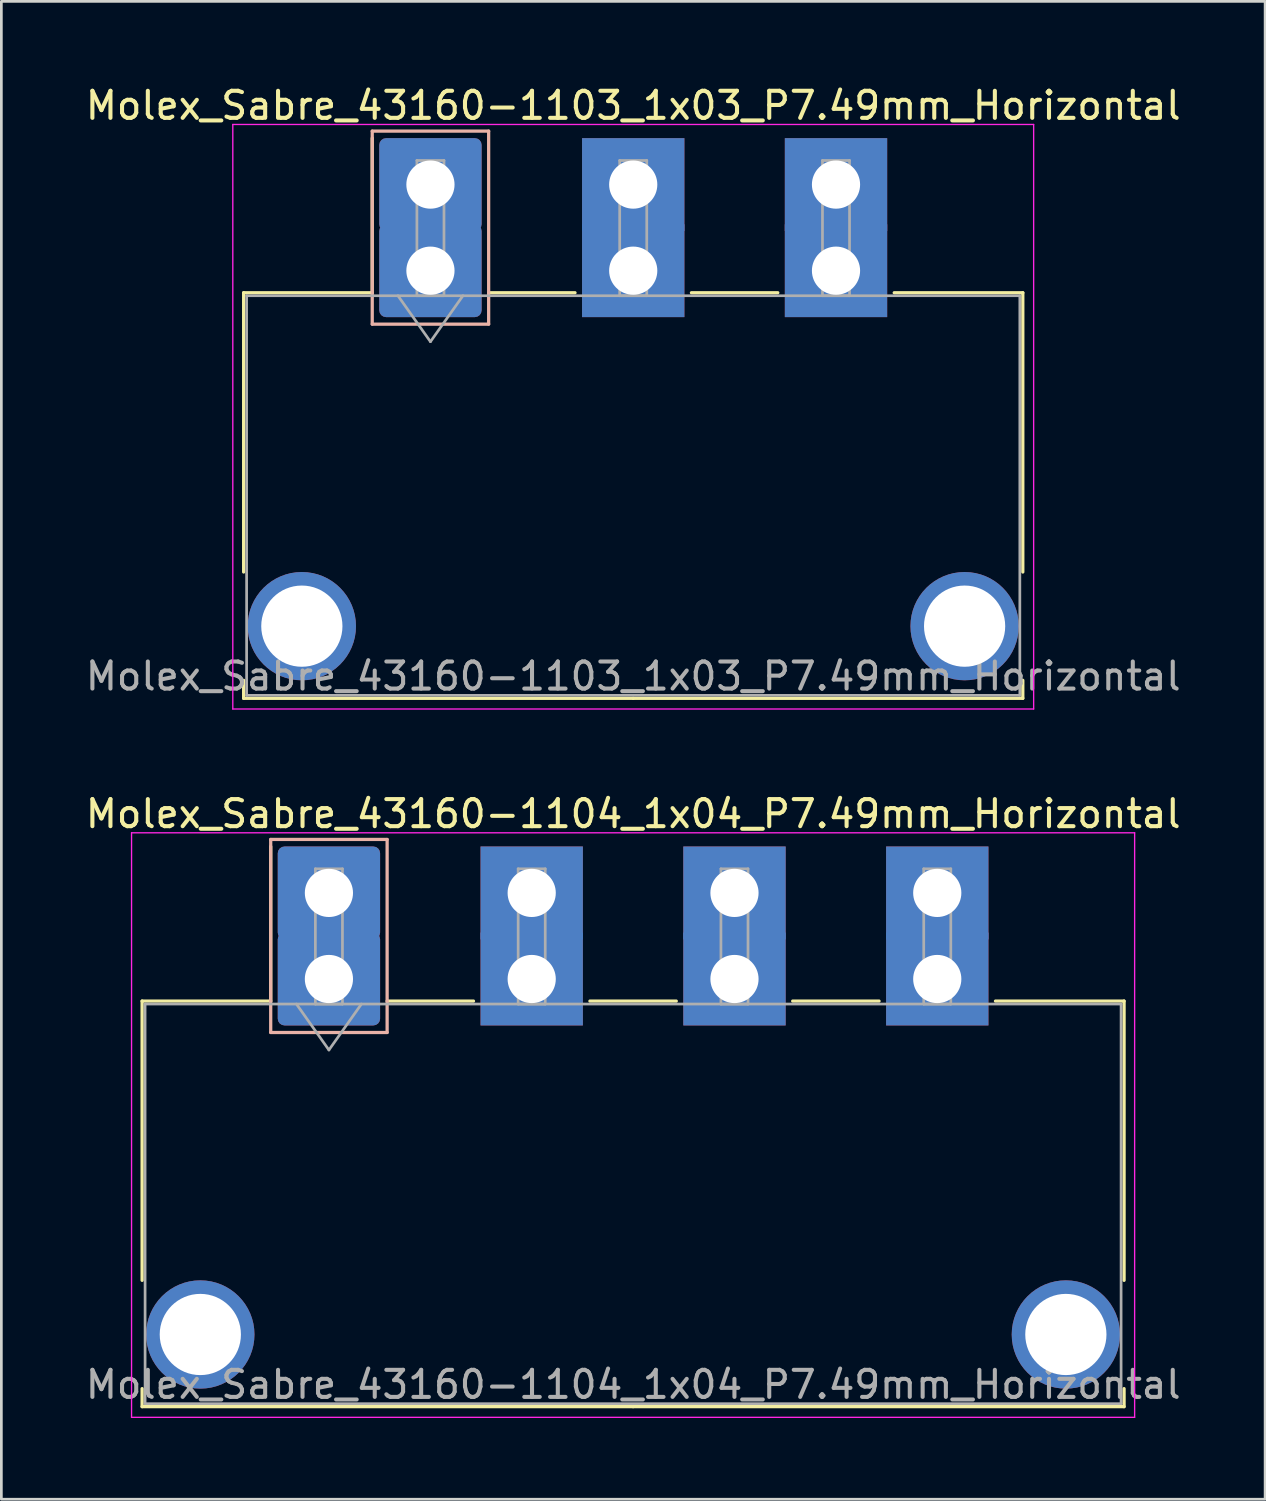
<source format=kicad_pcb>
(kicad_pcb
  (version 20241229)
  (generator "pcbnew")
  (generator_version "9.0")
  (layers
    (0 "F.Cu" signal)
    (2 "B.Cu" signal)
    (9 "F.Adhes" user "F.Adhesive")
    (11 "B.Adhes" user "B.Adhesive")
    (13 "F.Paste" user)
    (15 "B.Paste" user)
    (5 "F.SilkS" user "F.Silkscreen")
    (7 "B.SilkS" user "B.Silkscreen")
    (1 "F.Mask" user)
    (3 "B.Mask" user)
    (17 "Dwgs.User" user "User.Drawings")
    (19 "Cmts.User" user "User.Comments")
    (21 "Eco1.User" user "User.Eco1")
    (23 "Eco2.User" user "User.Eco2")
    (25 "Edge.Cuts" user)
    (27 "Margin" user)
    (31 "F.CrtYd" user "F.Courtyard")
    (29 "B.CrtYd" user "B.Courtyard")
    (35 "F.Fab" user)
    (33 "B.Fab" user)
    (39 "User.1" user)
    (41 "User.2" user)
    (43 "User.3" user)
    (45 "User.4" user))
  (footprint "Molex_Sabre_43160-1103_1x03_P7.49mm_Horizontal"
    (layer "F.Cu")
    (at 12.849 6.948)
    (property "Reference" "Molex_Sabre_43160-1103_1x03_P7.49mm_Horizontal" (at 7.49 -6.1 0) (layer "F.SilkS") (effects (font (size 1 1) (thickness 0.15))))
    (attr through_hole)
    (fp_line (start -6.9 0.815) (end -6.9 11.13) (stroke (width 0.12) (type solid)) (layer "F.SilkS"))
    (fp_line (start -6.9 15.13) (end -6.9 15.795) (stroke (width 0.12) (type solid)) (layer "F.SilkS"))
    (fp_line (start -6.9 15.795) (end 7.49 15.795) (stroke (width 0.12) (type solid)) (layer "F.SilkS"))
    (fp_line (start -2.15 0.815) (end -6.9 0.815) (stroke (width 0.12) (type solid)) (layer "F.SilkS"))
    (fp_line (start -2.15 0.815) (end -2.15 -4.895) (stroke (width 0.12) (type solid)) (layer "F.SilkS"))
    (fp_line (start 2.15 0.815) (end 5.34 0.815) (stroke (width 0.12) (type solid)) (layer "F.SilkS"))
    (fp_line (start 9.64 0.815) (end 12.83 0.815) (stroke (width 0.12) (type solid)) (layer "F.SilkS"))
    (fp_line (start 17.13 0.815) (end 21.88 0.815) (stroke (width 0.12) (type solid)) (layer "F.SilkS"))
    (fp_line (start 21.88 0.815) (end 21.88 11.13) (stroke (width 0.12) (type solid)) (layer "F.SilkS"))
    (fp_line (start 21.88 15.13) (end 21.88 15.795) (stroke (width 0.12) (type solid)) (layer "F.SilkS"))
    (fp_line (start 21.88 15.795) (end 7.49 15.795) (stroke (width 0.12) (type solid)) (layer "F.SilkS"))
    (fp_line (start -2.15 -5.155) (end -2.15 1.975) (stroke (width 0.12) (type solid)) (layer "B.SilkS"))
    (fp_line (start -2.15 1.975) (end 2.15 1.975) (stroke (width 0.12) (type solid)) (layer "B.SilkS"))
    (fp_line (start 2.15 -5.155) (end -2.15 -5.155) (stroke (width 0.12) (type solid)) (layer "B.SilkS"))
    (fp_line (start 2.15 1.975) (end 2.15 -5.155) (stroke (width 0.12) (type solid)) (layer "B.SilkS"))
    (fp_line (start -7.3 -5.4) (end -7.3 16.19) (stroke (width 0.05) (type solid)) (layer "F.CrtYd"))
    (fp_line (start -7.3 16.19) (end 22.28 16.19) (stroke (width 0.05) (type solid)) (layer "F.CrtYd"))
    (fp_line (start 22.28 -5.4) (end -7.3 -5.4) (stroke (width 0.05) (type solid)) (layer "F.CrtYd"))
    (fp_line (start 22.28 16.19) (end 22.28 -5.4) (stroke (width 0.05) (type solid)) (layer "F.CrtYd"))
    (fp_line (start -6.79 0.925) (end -6.79 15.685) (stroke (width 0.1) (type solid)) (layer "F.Fab"))
    (fp_line (start -6.79 15.685) (end 21.77 15.685) (stroke (width 0.1) (type solid)) (layer "F.Fab"))
    (fp_line (start -1.2 0.925) (end 0 2.622) (stroke (width 0.1) (type solid)) (layer "F.Fab"))
    (fp_line (start -0.5 -4.07) (end 0.5 -4.07) (stroke (width 0.1) (type solid)) (layer "F.Fab"))
    (fp_line (start -0.5 0.925) (end -0.5 -4.07) (stroke (width 0.1) (type solid)) (layer "F.Fab"))
    (fp_line (start 0 2.622) (end 1.2 0.925) (stroke (width 0.1) (type solid)) (layer "F.Fab"))
    (fp_line (start 0.5 -4.07) (end 0.5 0.925) (stroke (width 0.1) (type solid)) (layer "F.Fab"))
    (fp_line (start 0.5 0.925) (end -0.5 0.925) (stroke (width 0.1) (type solid)) (layer "F.Fab"))
    (fp_line (start 6.99 -4.07) (end 7.99 -4.07) (stroke (width 0.1) (type solid)) (layer "F.Fab"))
    (fp_line (start 6.99 0.925) (end 6.99 -4.07) (stroke (width 0.1) (type solid)) (layer "F.Fab"))
    (fp_line (start 7.99 -4.07) (end 7.99 0.925) (stroke (width 0.1) (type solid)) (layer "F.Fab"))
    (fp_line (start 7.99 0.925) (end 6.99 0.925) (stroke (width 0.1) (type solid)) (layer "F.Fab"))
    (fp_line (start 14.48 -4.07) (end 15.48 -4.07) (stroke (width 0.1) (type solid)) (layer "F.Fab"))
    (fp_line (start 14.48 0.925) (end 14.48 -4.07) (stroke (width 0.1) (type solid)) (layer "F.Fab"))
    (fp_line (start 15.48 -4.07) (end 15.48 0.925) (stroke (width 0.1) (type solid)) (layer "F.Fab"))
    (fp_line (start 15.48 0.925) (end 14.48 0.925) (stroke (width 0.1) (type solid)) (layer "F.Fab"))
    (fp_line (start 21.77 0.925) (end -6.79 0.925) (stroke (width 0.1) (type solid)) (layer "F.Fab"))
    (fp_line (start 21.77 15.685) (end 21.77 0.925) (stroke (width 0.1) (type solid)) (layer "F.Fab"))
    (fp_text user "${REFERENCE}" (at 7.49 14.98 0) (layer "F.Fab") (effects (font (size 1 1) (thickness 0.15))))
    (pad "" thru_hole circle (at -4.75 13.13) (size 4 4) (drill 3) (layers "*.Cu" "*.Mask"))
    (pad "" thru_hole circle (at 19.73 13.13) (size 4 4) (drill 3) (layers "*.Cu" "*.Mask"))
    (pad "1" thru_hole roundrect (at 0 -3.18) (size 3.78 3.43) (drill 1.78) (layers "*.Cu" "*.Mask") (roundrect_rratio 0.073))
    (pad "1" thru_hole roundrect (at 0 0) (size 3.78 3.43) (drill 1.78) (layers "*.Cu" "*.Mask") (roundrect_rratio 0.073))
    (pad "2" thru_hole rect (at 7.49 -3.18) (size 3.78 3.43) (drill 1.78) (layers "*.Cu" "*.Mask"))
    (pad "2" thru_hole rect (at 7.49 0) (size 3.78 3.43) (drill 1.78) (layers "*.Cu" "*.Mask"))
    (pad "3" thru_hole rect (at 14.98 -3.18) (size 3.78 3.43) (drill 1.78) (layers "*.Cu" "*.Mask"))
    (pad "3" thru_hole rect (at 14.98 0) (size 3.78 3.43) (drill 1.78) (layers "*.Cu" "*.Mask")))
  (footprint "Molex_Sabre_43160-1104_1x04_P7.49mm_Horizontal"
    (layer "F.Cu")
    (at 9.099 33.111)
    (property "Reference" "Molex_Sabre_43160-1104_1x04_P7.49mm_Horizontal" (at 11.24 -6.1 0) (layer "F.SilkS") (effects (font (size 1 1) (thickness 0.15))))
    (attr through_hole)
    (fp_line (start -6.9 0.815) (end -6.9 11.13) (stroke (width 0.12) (type solid)) (layer "F.SilkS"))
    (fp_line (start -6.9 15.13) (end -6.9 15.795) (stroke (width 0.12) (type solid)) (layer "F.SilkS"))
    (fp_line (start -6.9 15.795) (end 11.235 15.795) (stroke (width 0.12) (type solid)) (layer "F.SilkS"))
    (fp_line (start -2.15 0.815) (end -6.9 0.815) (stroke (width 0.12) (type solid)) (layer "F.SilkS"))
    (fp_line (start -2.15 0.815) (end -2.15 -4.895) (stroke (width 0.12) (type solid)) (layer "F.SilkS"))
    (fp_line (start 2.15 0.815) (end 5.34 0.815) (stroke (width 0.12) (type solid)) (layer "F.SilkS"))
    (fp_line (start 9.64 0.815) (end 12.83 0.815) (stroke (width 0.12) (type solid)) (layer "F.SilkS"))
    (fp_line (start 17.13 0.815) (end 20.32 0.815) (stroke (width 0.12) (type solid)) (layer "F.SilkS"))
    (fp_line (start 24.62 0.815) (end 29.37 0.815) (stroke (width 0.12) (type solid)) (layer "F.SilkS"))
    (fp_line (start 29.37 0.815) (end 29.37 11.13) (stroke (width 0.12) (type solid)) (layer "F.SilkS"))
    (fp_line (start 29.37 15.13) (end 29.37 15.795) (stroke (width 0.12) (type solid)) (layer "F.SilkS"))
    (fp_line (start 29.37 15.795) (end 11.235 15.795) (stroke (width 0.12) (type solid)) (layer "F.SilkS"))
    (fp_line (start -2.15 -5.155) (end -2.15 1.975) (stroke (width 0.12) (type solid)) (layer "B.SilkS"))
    (fp_line (start -2.15 1.975) (end 2.15 1.975) (stroke (width 0.12) (type solid)) (layer "B.SilkS"))
    (fp_line (start 2.15 -5.155) (end -2.15 -5.155) (stroke (width 0.12) (type solid)) (layer "B.SilkS"))
    (fp_line (start 2.15 1.975) (end 2.15 -5.155) (stroke (width 0.12) (type solid)) (layer "B.SilkS"))
    (fp_line (start -7.29 -5.4) (end -7.29 16.19) (stroke (width 0.05) (type solid)) (layer "F.CrtYd"))
    (fp_line (start -7.29 16.19) (end 29.76 16.19) (stroke (width 0.05) (type solid)) (layer "F.CrtYd"))
    (fp_line (start 29.76 -5.4) (end -7.29 -5.4) (stroke (width 0.05) (type solid)) (layer "F.CrtYd"))
    (fp_line (start 29.76 16.19) (end 29.76 -5.4) (stroke (width 0.05) (type solid)) (layer "F.CrtYd"))
    (fp_line (start -6.79 0.925) (end -6.79 15.685) (stroke (width 0.1) (type solid)) (layer "F.Fab"))
    (fp_line (start -6.79 15.685) (end 29.26 15.685) (stroke (width 0.1) (type solid)) (layer "F.Fab"))
    (fp_line (start -1.2 0.925) (end 0 2.622) (stroke (width 0.1) (type solid)) (layer "F.Fab"))
    (fp_line (start -0.5 -4.07) (end 0.5 -4.07) (stroke (width 0.1) (type solid)) (layer "F.Fab"))
    (fp_line (start -0.5 0.925) (end -0.5 -4.07) (stroke (width 0.1) (type solid)) (layer "F.Fab"))
    (fp_line (start 0 2.622) (end 1.2 0.925) (stroke (width 0.1) (type solid)) (layer "F.Fab"))
    (fp_line (start 0.5 -4.07) (end 0.5 0.925) (stroke (width 0.1) (type solid)) (layer "F.Fab"))
    (fp_line (start 0.5 0.925) (end -0.5 0.925) (stroke (width 0.1) (type solid)) (layer "F.Fab"))
    (fp_line (start 6.99 -4.07) (end 7.99 -4.07) (stroke (width 0.1) (type solid)) (layer "F.Fab"))
    (fp_line (start 6.99 0.925) (end 6.99 -4.07) (stroke (width 0.1) (type solid)) (layer "F.Fab"))
    (fp_line (start 7.99 -4.07) (end 7.99 0.925) (stroke (width 0.1) (type solid)) (layer "F.Fab"))
    (fp_line (start 7.99 0.925) (end 6.99 0.925) (stroke (width 0.1) (type solid)) (layer "F.Fab"))
    (fp_line (start 14.48 -4.07) (end 15.48 -4.07) (stroke (width 0.1) (type solid)) (layer "F.Fab"))
    (fp_line (start 14.48 0.925) (end 14.48 -4.07) (stroke (width 0.1) (type solid)) (layer "F.Fab"))
    (fp_line (start 15.48 -4.07) (end 15.48 0.925) (stroke (width 0.1) (type solid)) (layer "F.Fab"))
    (fp_line (start 15.48 0.925) (end 14.48 0.925) (stroke (width 0.1) (type solid)) (layer "F.Fab"))
    (fp_line (start 21.97 -4.07) (end 22.97 -4.07) (stroke (width 0.1) (type solid)) (layer "F.Fab"))
    (fp_line (start 21.97 0.925) (end 21.97 -4.07) (stroke (width 0.1) (type solid)) (layer "F.Fab"))
    (fp_line (start 22.97 -4.07) (end 22.97 0.925) (stroke (width 0.1) (type solid)) (layer "F.Fab"))
    (fp_line (start 22.97 0.925) (end 21.97 0.925) (stroke (width 0.1) (type solid)) (layer "F.Fab"))
    (fp_line (start 29.26 0.925) (end -6.79 0.925) (stroke (width 0.1) (type solid)) (layer "F.Fab"))
    (fp_line (start 29.26 15.685) (end 29.26 0.925) (stroke (width 0.1) (type solid)) (layer "F.Fab"))
    (fp_text user "${REFERENCE}" (at 11.24 14.98 0) (layer "F.Fab") (effects (font (size 1 1) (thickness 0.15))))
    (pad "" thru_hole circle (at -4.75 13.13) (size 4 4) (drill 3) (layers "*.Cu" "*.Mask"))
    (pad "" thru_hole circle (at 27.22 13.13) (size 4 4) (drill 3) (layers "*.Cu" "*.Mask"))
    (pad "1" thru_hole roundrect (at 0 -3.18) (size 3.78 3.43) (drill 1.78) (layers "*.Cu" "*.Mask") (roundrect_rratio 0.073))
    (pad "1" thru_hole roundrect (at 0 0) (size 3.78 3.43) (drill 1.78) (layers "*.Cu" "*.Mask") (roundrect_rratio 0.073))
    (pad "2" thru_hole rect (at 7.49 -3.18) (size 3.78 3.43) (drill 1.78) (layers "*.Cu" "*.Mask"))
    (pad "2" thru_hole rect (at 7.49 0) (size 3.78 3.43) (drill 1.78) (layers "*.Cu" "*.Mask"))
    (pad "3" thru_hole rect (at 14.98 -3.18) (size 3.78 3.43) (drill 1.78) (layers "*.Cu" "*.Mask"))
    (pad "3" thru_hole rect (at 14.98 0) (size 3.78 3.43) (drill 1.78) (layers "*.Cu" "*.Mask"))
    (pad "4" thru_hole rect (at 22.47 -3.18) (size 3.78 3.43) (drill 1.78) (layers "*.Cu" "*.Mask"))
    (pad "4" thru_hole rect (at 22.47 0) (size 3.78 3.43) (drill 1.78) (layers "*.Cu" "*.Mask")))
  (gr_rect
    (start -3 -3)
    (end 43.679 52.327)
    (stroke (width 0.1) (type default))
    (fill no)
    (layer "Edge.Cuts")))
</source>
